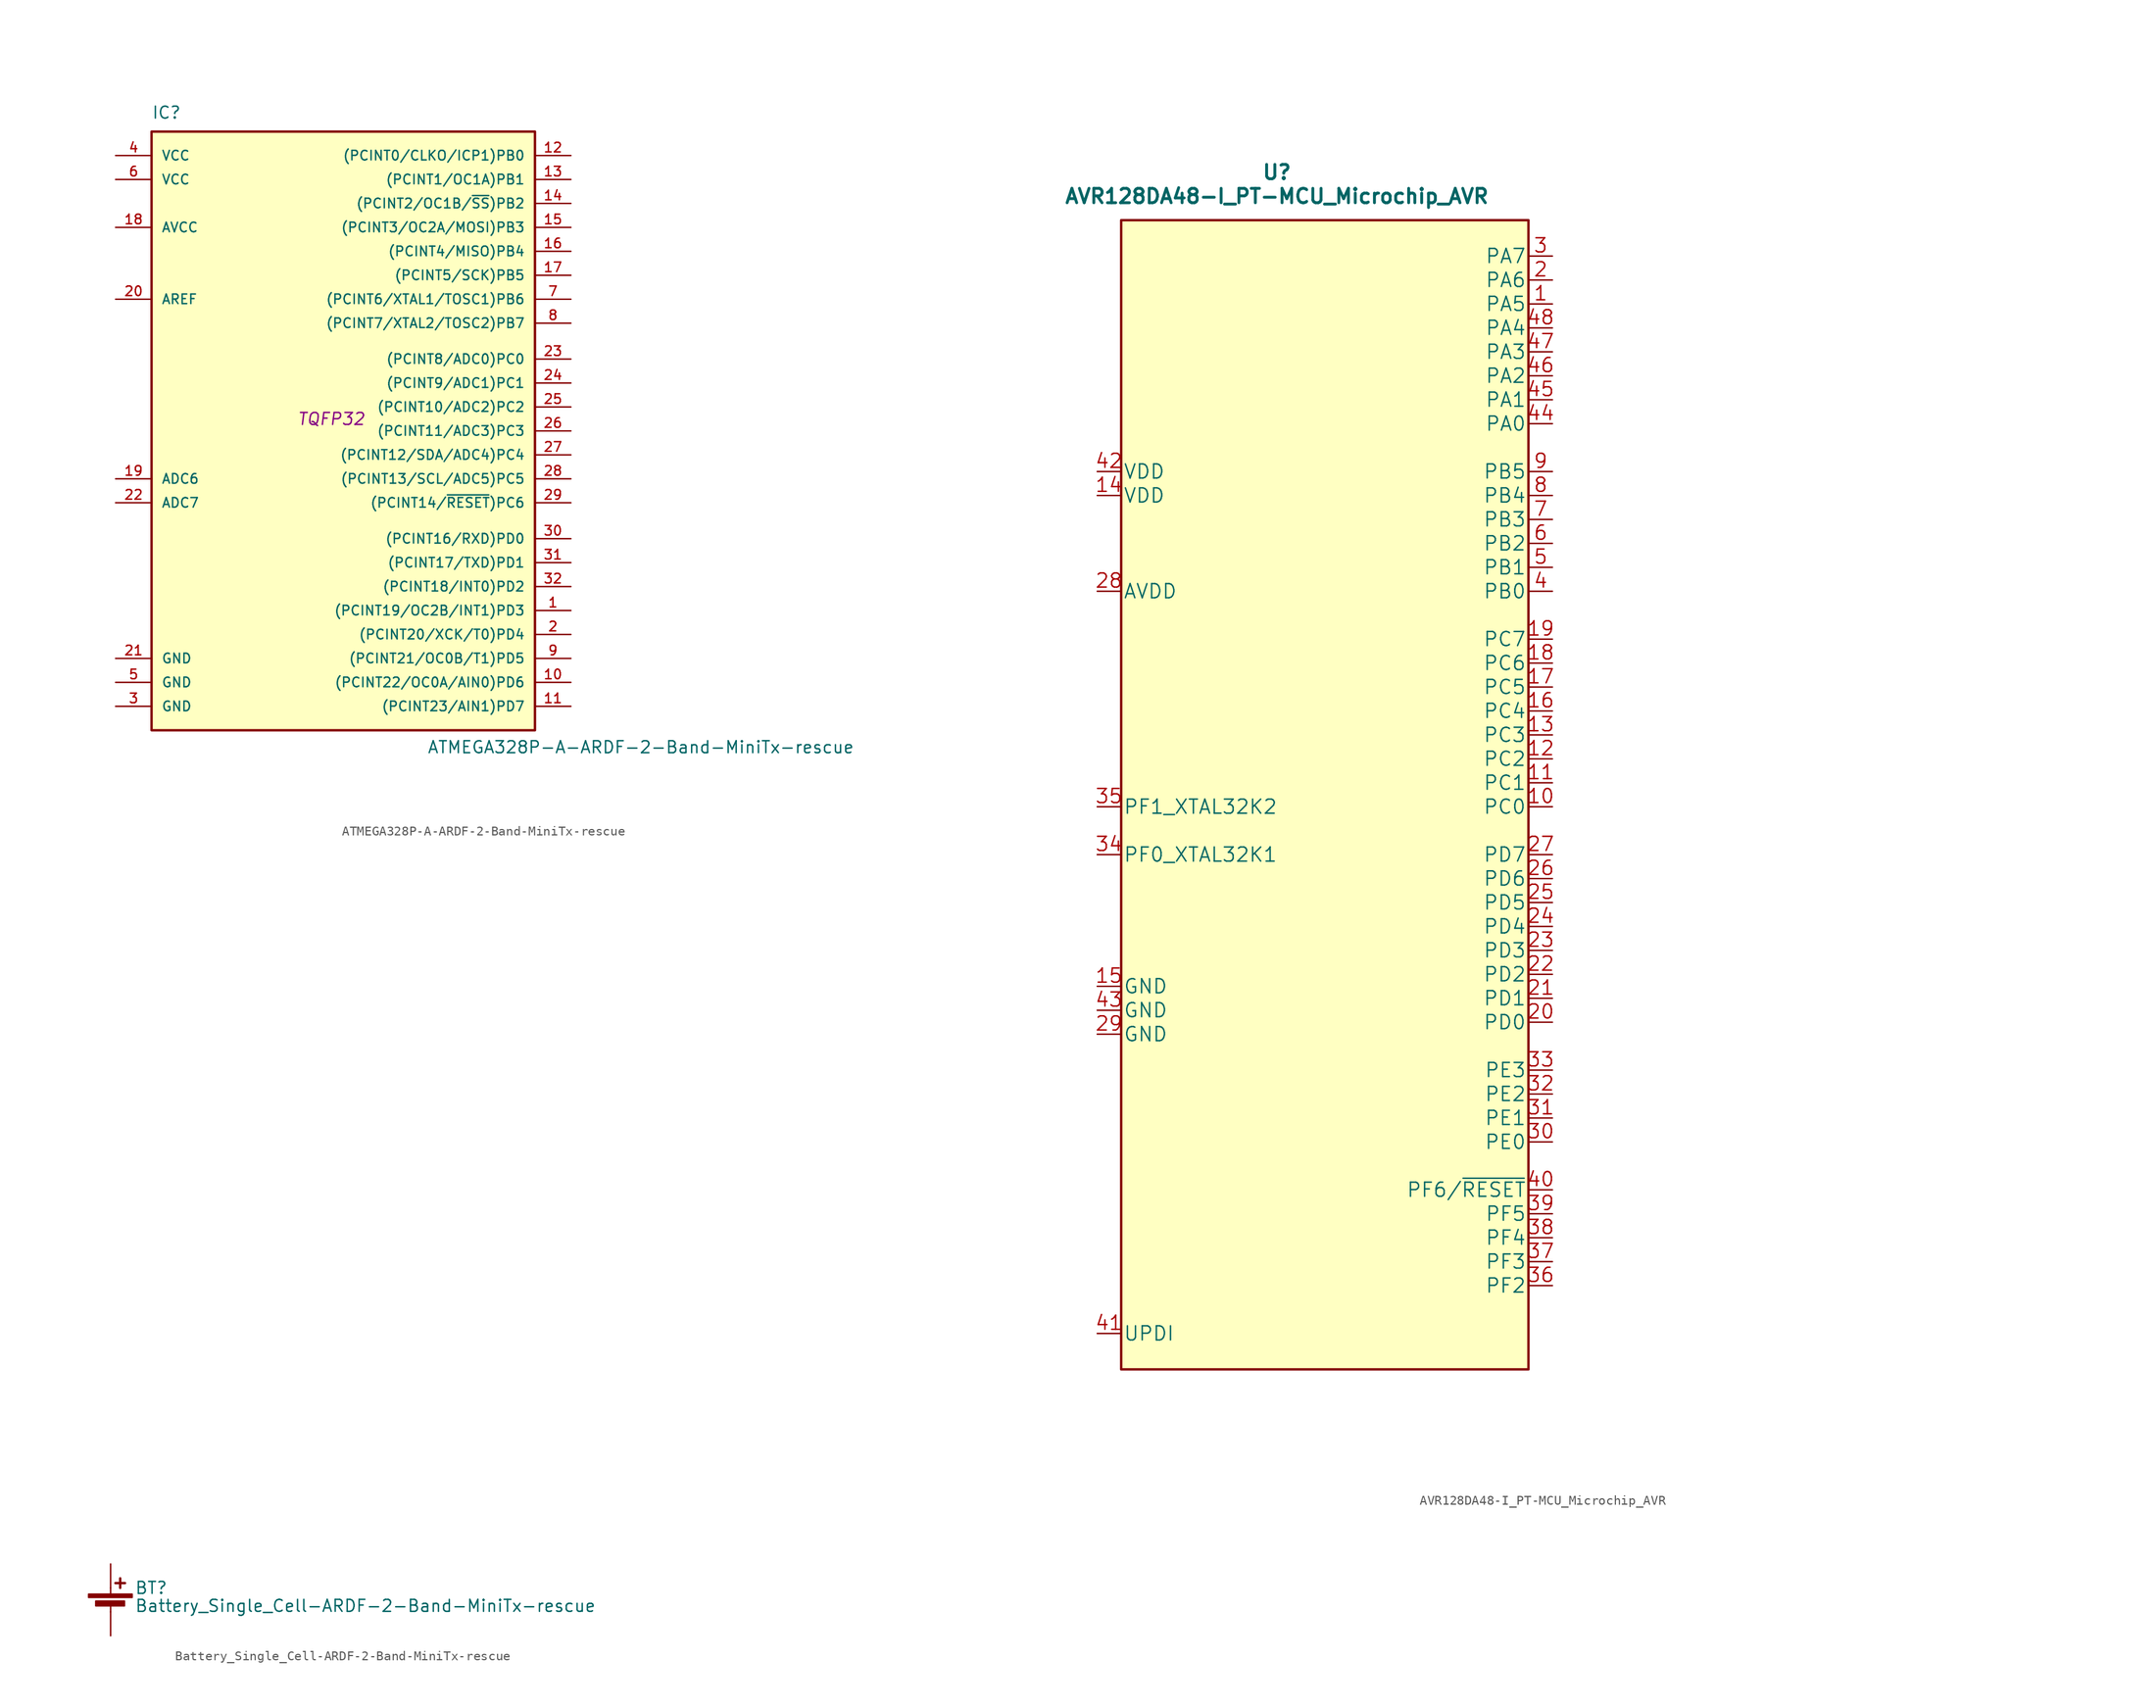
<source format=kicad_sym>
(kicad_symbol_lib
  (version 20211014)
  (generator kicad_symbol_editor)
  (symbol "ATMEGA328P-A-ARDF-2-Band-MiniTx-rescue"
    (pin_names
      (offset 1.016))
    (property "Reference" "IC"
      (at -19.05 31.75 0)
      (effects (font (size 1.27 1.27)) (justify left bottom)))
    (property "Value" "ATMEGA328P-A-ARDF-2-Band-MiniTx-rescue"
      (at 10.16 -35.56 0)
      (effects (font (size 1.27 1.27)) (justify left bottom)))
    (property "Footprint" "TQFP32"
      (at 0 0 0)
      (effects (font (size 1.27 1.27) italic)))
    (property "Datasheet" ""
      (at 0 0 0)
      (effects (font (size 1.27 1.27))))
    (symbol "ATMEGA328P-A-ARDF-2-Band-MiniTx-rescue_0_1"
      (rectangle (start -19.05 30.48) (end 21.59 -33.02) (stroke (width 0.254) (type default) (color 0 0 0 0)) (fill (type background))))
    (symbol "ATMEGA328P-A-ARDF-2-Band-MiniTx-rescue_1_1"
      (pin bidirectional line (at 25.4 -20.32 180) (length 3.81) (name "(PCINT19/OC2B/INT1)PD3" (effects (font (size 1.016 1.016)))) (number "1" (effects (font (size 1.016 1.016)))))
      (pin bidirectional line (at 25.4 -27.94 180) (length 3.81) (name "(PCINT22/OC0A/AIN0)PD6" (effects (font (size 1.016 1.016)))) (number "10" (effects (font (size 1.016 1.016)))))
      (pin bidirectional line (at 25.4 -30.48 180) (length 3.81) (name "(PCINT23/AIN1)PD7" (effects (font (size 1.016 1.016)))) (number "11" (effects (font (size 1.016 1.016)))))
      (pin bidirectional line (at 25.4 27.94 180) (length 3.81) (name "(PCINT0/CLKO/ICP1)PB0" (effects (font (size 1.016 1.016)))) (number "12" (effects (font (size 1.016 1.016)))))
      (pin bidirectional line (at 25.4 25.4 180) (length 3.81) (name "(PCINT1/OC1A)PB1" (effects (font (size 1.016 1.016)))) (number "13" (effects (font (size 1.016 1.016)))))
      (pin bidirectional line (at 25.4 22.86 180) (length 3.81) (name "(PCINT2/OC1B/~{SS})PB2" (effects (font (size 1.016 1.016)))) (number "14" (effects (font (size 1.016 1.016)))))
      (pin bidirectional line (at 25.4 20.32 180) (length 3.81) (name "(PCINT3/OC2A/MOSI)PB3" (effects (font (size 1.016 1.016)))) (number "15" (effects (font (size 1.016 1.016)))))
      (pin bidirectional line (at 25.4 17.78 180) (length 3.81) (name "(PCINT4/MISO)PB4" (effects (font (size 1.016 1.016)))) (number "16" (effects (font (size 1.016 1.016)))))
      (pin bidirectional line (at 25.4 15.24 180) (length 3.81) (name "(PCINT5/SCK)PB5" (effects (font (size 1.016 1.016)))) (number "17" (effects (font (size 1.016 1.016)))))
      (pin power_in line (at -22.86 20.32 0) (length 3.81) (name "AVCC" (effects (font (size 1.016 1.016)))) (number "18" (effects (font (size 1.016 1.016)))))
      (pin input line (at -22.86 -6.35 0) (length 3.81) (name "ADC6" (effects (font (size 1.016 1.016)))) (number "19" (effects (font (size 1.016 1.016)))))
      (pin bidirectional line (at 25.4 -22.86 180) (length 3.81) (name "(PCINT20/XCK/T0)PD4" (effects (font (size 1.016 1.016)))) (number "2" (effects (font (size 1.016 1.016)))))
      (pin power_in line (at -22.86 12.7 0) (length 3.81) (name "AREF" (effects (font (size 1.016 1.016)))) (number "20" (effects (font (size 1.016 1.016)))))
      (pin power_in line (at -22.86 -25.4 0) (length 3.81) (name "GND" (effects (font (size 1.016 1.016)))) (number "21" (effects (font (size 1.016 1.016)))))
      (pin input line (at -22.86 -8.89 0) (length 3.81) (name "ADC7" (effects (font (size 1.016 1.016)))) (number "22" (effects (font (size 1.016 1.016)))))
      (pin bidirectional line (at 25.4 6.35 180) (length 3.81) (name "(PCINT8/ADC0)PC0" (effects (font (size 1.016 1.016)))) (number "23" (effects (font (size 1.016 1.016)))))
      (pin bidirectional line (at 25.4 3.81 180) (length 3.81) (name "(PCINT9/ADC1)PC1" (effects (font (size 1.016 1.016)))) (number "24" (effects (font (size 1.016 1.016)))))
      (pin bidirectional line (at 25.4 1.27 180) (length 3.81) (name "(PCINT10/ADC2)PC2" (effects (font (size 1.016 1.016)))) (number "25" (effects (font (size 1.016 1.016)))))
      (pin bidirectional line (at 25.4 -1.27 180) (length 3.81) (name "(PCINT11/ADC3)PC3" (effects (font (size 1.016 1.016)))) (number "26" (effects (font (size 1.016 1.016)))))
      (pin bidirectional line (at 25.4 -3.81 180) (length 3.81) (name "(PCINT12/SDA/ADC4)PC4" (effects (font (size 1.016 1.016)))) (number "27" (effects (font (size 1.016 1.016)))))
      (pin bidirectional line (at 25.4 -6.35 180) (length 3.81) (name "(PCINT13/SCL/ADC5)PC5" (effects (font (size 1.016 1.016)))) (number "28" (effects (font (size 1.016 1.016)))))
      (pin bidirectional line (at 25.4 -8.89 180) (length 3.81) (name "(PCINT14/~{RESET})PC6" (effects (font (size 1.016 1.016)))) (number "29" (effects (font (size 1.016 1.016)))))
      (pin power_in line (at -22.86 -30.48 0) (length 3.81) (name "GND" (effects (font (size 1.016 1.016)))) (number "3" (effects (font (size 1.016 1.016)))))
      (pin bidirectional line (at 25.4 -12.7 180) (length 3.81) (name "(PCINT16/RXD)PD0" (effects (font (size 1.016 1.016)))) (number "30" (effects (font (size 1.016 1.016)))))
      (pin bidirectional line (at 25.4 -15.24 180) (length 3.81) (name "(PCINT17/TXD)PD1" (effects (font (size 1.016 1.016)))) (number "31" (effects (font (size 1.016 1.016)))))
      (pin bidirectional line (at 25.4 -17.78 180) (length 3.81) (name "(PCINT18/INT0)PD2" (effects (font (size 1.016 1.016)))) (number "32" (effects (font (size 1.016 1.016)))))
      (pin power_in line (at -22.86 27.94 0) (length 3.81) (name "VCC" (effects (font (size 1.016 1.016)))) (number "4" (effects (font (size 1.016 1.016)))))
      (pin power_in line (at -22.86 -27.94 0) (length 3.81) (name "GND" (effects (font (size 1.016 1.016)))) (number "5" (effects (font (size 1.016 1.016)))))
      (pin power_in line (at -22.86 25.4 0) (length 3.81) (name "VCC" (effects (font (size 1.016 1.016)))) (number "6" (effects (font (size 1.016 1.016)))))
      (pin bidirectional line (at 25.4 12.7 180) (length 3.81) (name "(PCINT6/XTAL1/TOSC1)PB6" (effects (font (size 1.016 1.016)))) (number "7" (effects (font (size 1.016 1.016)))))
      (pin bidirectional line (at 25.4 10.16 180) (length 3.81) (name "(PCINT7/XTAL2/TOSC2)PB7" (effects (font (size 1.016 1.016)))) (number "8" (effects (font (size 1.016 1.016)))))
      (pin bidirectional line (at 25.4 -25.4 180) (length 3.81) (name "(PCINT21/OC0B/T1)PD5" (effects (font (size 1.016 1.016)))) (number "9" (effects (font (size 1.016 1.016)))))))
  (symbol "AVR128DA48-I_PT-MCU_Microchip_AVR"
    (pin_names
      (offset 0.254))
    (property "Reference" "U"
      (at 30.48 10.16 0)
      (effects (font (size 1.524 1.524) bold)))
    (property "Value" "AVR128DA48-I_PT-MCU_Microchip_AVR"
      (at 30.48 7.62 0)
      (effects (font (size 1.524 1.524) bold)))
    (property "Datasheet" ""
      (at 109.22 -1.27 0)
      (effects (font (size 1.524 1.524))))
    (property "ki_locked" ""
      (at 0 0 0)
      (effects (font (size 1.27 1.27))))
    (symbol "AVR128DA48-I_PT-MCU_Microchip_AVR_1_1"
      (rectangle (start 13.97 5.08) (end 57.15 -116.84) (stroke (width 0.254) (type default) (color 0 0 0 0)) (fill (type background)))
      (pin bidirectional line (at 59.69 -3.81 180) (length 2.489) (name "PA5" (effects (font (size 1.499 1.499)))) (number "1" (effects (font (size 1.499 1.499)))))
      (pin bidirectional line (at 59.69 -57.15 180) (length 2.489) (name "PC0" (effects (font (size 1.499 1.499)))) (number "10" (effects (font (size 1.499 1.499)))))
      (pin bidirectional line (at 59.69 -54.61 180) (length 2.489) (name "PC1" (effects (font (size 1.499 1.499)))) (number "11" (effects (font (size 1.499 1.499)))))
      (pin bidirectional line (at 59.69 -52.07 180) (length 2.489) (name "PC2" (effects (font (size 1.499 1.499)))) (number "12" (effects (font (size 1.499 1.499)))))
      (pin bidirectional line (at 59.69 -49.53 180) (length 2.489) (name "PC3" (effects (font (size 1.499 1.499)))) (number "13" (effects (font (size 1.499 1.499)))))
      (pin power_in line (at 11.43 -24.13 0) (length 2.489) (name "VDD" (effects (font (size 1.499 1.499)))) (number "14" (effects (font (size 1.499 1.499)))))
      (pin power_in line (at 11.43 -76.2 0) (length 2.489) (name "GND" (effects (font (size 1.499 1.499)))) (number "15" (effects (font (size 1.499 1.499)))))
      (pin bidirectional line (at 59.69 -46.99 180) (length 2.489) (name "PC4" (effects (font (size 1.499 1.499)))) (number "16" (effects (font (size 1.499 1.499)))))
      (pin bidirectional line (at 59.69 -44.45 180) (length 2.489) (name "PC5" (effects (font (size 1.499 1.499)))) (number "17" (effects (font (size 1.499 1.499)))))
      (pin bidirectional line (at 59.69 -41.91 180) (length 2.489) (name "PC6" (effects (font (size 1.499 1.499)))) (number "18" (effects (font (size 1.499 1.499)))))
      (pin bidirectional line (at 59.69 -39.37 180) (length 2.489) (name "PC7" (effects (font (size 1.499 1.499)))) (number "19" (effects (font (size 1.499 1.499)))))
      (pin bidirectional line (at 59.69 -1.27 180) (length 2.489) (name "PA6" (effects (font (size 1.499 1.499)))) (number "2" (effects (font (size 1.499 1.499)))))
      (pin bidirectional line (at 59.69 -80.01 180) (length 2.489) (name "PD0" (effects (font (size 1.499 1.499)))) (number "20" (effects (font (size 1.499 1.499)))))
      (pin bidirectional line (at 59.69 -77.47 180) (length 2.489) (name "PD1" (effects (font (size 1.499 1.499)))) (number "21" (effects (font (size 1.499 1.499)))))
      (pin bidirectional line (at 59.69 -74.93 180) (length 2.489) (name "PD2" (effects (font (size 1.499 1.499)))) (number "22" (effects (font (size 1.499 1.499)))))
      (pin bidirectional line (at 59.69 -72.39 180) (length 2.489) (name "PD3" (effects (font (size 1.499 1.499)))) (number "23" (effects (font (size 1.499 1.499)))))
      (pin bidirectional line (at 59.69 -69.85 180) (length 2.489) (name "PD4" (effects (font (size 1.499 1.499)))) (number "24" (effects (font (size 1.499 1.499)))))
      (pin bidirectional line (at 59.69 -67.31 180) (length 2.489) (name "PD5" (effects (font (size 1.499 1.499)))) (number "25" (effects (font (size 1.499 1.499)))))
      (pin bidirectional line (at 59.69 -64.77 180) (length 2.489) (name "PD6" (effects (font (size 1.499 1.499)))) (number "26" (effects (font (size 1.499 1.499)))))
      (pin input line (at 59.69 -62.23 180) (length 2.489) (name "PD7" (effects (font (size 1.499 1.499)))) (number "27" (effects (font (size 1.499 1.499)))))
      (pin power_in line (at 11.43 -34.29 0) (length 2.489) (name "AVDD" (effects (font (size 1.499 1.499)))) (number "28" (effects (font (size 1.499 1.499)))))
      (pin power_in line (at 11.43 -81.28 0) (length 2.489) (name "GND" (effects (font (size 1.499 1.499)))) (number "29" (effects (font (size 1.499 1.499)))))
      (pin bidirectional line (at 59.69 1.27 180) (length 2.489) (name "PA7" (effects (font (size 1.499 1.499)))) (number "3" (effects (font (size 1.499 1.499)))))
      (pin bidirectional line (at 59.69 -92.71 180) (length 2.489) (name "PE0" (effects (font (size 1.499 1.499)))) (number "30" (effects (font (size 1.499 1.499)))))
      (pin bidirectional line (at 59.69 -90.17 180) (length 2.489) (name "PE1" (effects (font (size 1.499 1.499)))) (number "31" (effects (font (size 1.499 1.499)))))
      (pin bidirectional line (at 59.69 -87.63 180) (length 2.489) (name "PE2" (effects (font (size 1.499 1.499)))) (number "32" (effects (font (size 1.499 1.499)))))
      (pin bidirectional line (at 59.69 -85.09 180) (length 2.489) (name "PE3" (effects (font (size 1.499 1.499)))) (number "33" (effects (font (size 1.499 1.499)))))
      (pin bidirectional line (at 11.43 -62.23 0) (length 2.489) (name "PF0_XTAL32K1" (effects (font (size 1.499 1.499)))) (number "34" (effects (font (size 1.499 1.499)))))
      (pin bidirectional line (at 11.43 -57.15 0) (length 2.489) (name "PF1_XTAL32K2" (effects (font (size 1.499 1.499)))) (number "35" (effects (font (size 1.499 1.499)))))
      (pin bidirectional line (at 59.69 -107.95 180) (length 2.489) (name "PF2" (effects (font (size 1.499 1.499)))) (number "36" (effects (font (size 1.499 1.499)))))
      (pin bidirectional line (at 59.69 -105.41 180) (length 2.489) (name "PF3" (effects (font (size 1.499 1.499)))) (number "37" (effects (font (size 1.499 1.499)))))
      (pin bidirectional line (at 59.69 -102.87 180) (length 2.489) (name "PF4" (effects (font (size 1.499 1.499)))) (number "38" (effects (font (size 1.499 1.499)))))
      (pin bidirectional line (at 59.69 -100.33 180) (length 2.489) (name "PF5" (effects (font (size 1.499 1.499)))) (number "39" (effects (font (size 1.499 1.499)))))
      (pin bidirectional line (at 59.69 -34.29 180) (length 2.489) (name "PB0" (effects (font (size 1.499 1.499)))) (number "4" (effects (font (size 1.499 1.499)))))
      (pin input line (at 59.69 -97.79 180) (length 2.489) (name "PF6/~{RESET}" (effects (font (size 1.499 1.499)))) (number "40" (effects (font (size 1.499 1.499)))))
      (pin bidirectional line (at 11.43 -113.03 0) (length 2.489) (name "UPDI" (effects (font (size 1.499 1.499)))) (number "41" (effects (font (size 1.499 1.499)))))
      (pin power_in line (at 11.43 -21.59 0) (length 2.489) (name "VDD" (effects (font (size 1.499 1.499)))) (number "42" (effects (font (size 1.499 1.499)))))
      (pin power_in line (at 11.43 -78.74 0) (length 2.489) (name "GND" (effects (font (size 1.499 1.499)))) (number "43" (effects (font (size 1.499 1.499)))))
      (pin bidirectional line (at 59.69 -16.51 180) (length 2.489) (name "PA0" (effects (font (size 1.499 1.499)))) (number "44" (effects (font (size 1.499 1.499)))))
      (pin bidirectional line (at 59.69 -13.97 180) (length 2.489) (name "PA1" (effects (font (size 1.499 1.499)))) (number "45" (effects (font (size 1.499 1.499)))))
      (pin bidirectional line (at 59.69 -11.43 180) (length 2.489) (name "PA2" (effects (font (size 1.499 1.499)))) (number "46" (effects (font (size 1.499 1.499)))))
      (pin bidirectional line (at 59.69 -8.89 180) (length 2.489) (name "PA3" (effects (font (size 1.499 1.499)))) (number "47" (effects (font (size 1.499 1.499)))))
      (pin bidirectional line (at 59.69 -6.35 180) (length 2.489) (name "PA4" (effects (font (size 1.499 1.499)))) (number "48" (effects (font (size 1.499 1.499)))))
      (pin bidirectional line (at 59.69 -31.75 180) (length 2.489) (name "PB1" (effects (font (size 1.499 1.499)))) (number "5" (effects (font (size 1.499 1.499)))))
      (pin bidirectional line (at 59.69 -29.21 180) (length 2.489) (name "PB2" (effects (font (size 1.499 1.499)))) (number "6" (effects (font (size 1.499 1.499)))))
      (pin bidirectional line (at 59.69 -26.67 180) (length 2.489) (name "PB3" (effects (font (size 1.499 1.499)))) (number "7" (effects (font (size 1.499 1.499)))))
      (pin bidirectional line (at 59.69 -24.13 180) (length 2.489) (name "PB4" (effects (font (size 1.499 1.499)))) (number "8" (effects (font (size 1.499 1.499)))))
      (pin bidirectional line (at 59.69 -21.59 180) (length 2.489) (name "PB5" (effects (font (size 1.499 1.499)))) (number "9" (effects (font (size 1.499 1.499)))))))
  (symbol "Battery_Single_Cell-ARDF-2-Band-MiniTx-rescue"
    (pin_numbers hide)
    (pin_names
      (offset 0))
    (property "Reference" "BT"
      (at 2.54 1.27 0)
      (effects (font (size 1.27 1.27)) (justify left)))
    (property "Value" "Battery_Single_Cell-ARDF-2-Band-MiniTx-rescue"
      (at 2.54 -0.635 0)
      (effects (font (size 1.27 1.27)) (justify left)))
    (property "Footprint" ""
      (at 0 1.016 90)
      (effects (font (size 1.27 1.27))))
    (property "Datasheet" ""
      (at 0 1.016 90)
      (effects (font (size 1.27 1.27))))
    (symbol "Battery_Single_Cell-ARDF-2-Band-MiniTx-rescue_0_1"
      (rectangle (start -2.337 0.61) (end 2.286 0.254) (stroke (width 0) (type default) (color 0 0 0 0)) (fill (type outline)))
      (rectangle (start -1.575 -0.127) (end 1.473 -0.635) (stroke (width 0) (type default) (color 0 0 0 0)) (fill (type outline)))
      (polyline (pts (xy 0 -1.27) (xy 0 -0.508)) (stroke (width 0) (type default) (color 0 0 0 0)) (fill (type none)))
      (polyline (pts (xy 0 1.27) (xy 0 0.635)) (stroke (width 0) (type default) (color 0 0 0 0)) (fill (type none)))
      (polyline (pts (xy 0.508 1.778) (xy 1.524 1.778)) (stroke (width 0.254) (type default) (color 0 0 0 0)) (fill (type none)))
      (polyline (pts (xy 1.016 2.286) (xy 1.016 1.27)) (stroke (width 0.254) (type default) (color 0 0 0 0)) (fill (type none))))
    (symbol "Battery_Single_Cell-ARDF-2-Band-MiniTx-rescue_1_1"
      (pin passive line (at 0 3.81 270) (length 2.54) (name "~" (effects (font (size 1.27 1.27)))) (number "1" (effects (font (size 1.27 1.27)))))
      (pin passive line (at 0 -3.81 90) (length 2.54) (name "~" (effects (font (size 1.27 1.27)))) (number "2" (effects (font (size 1.27 1.27))))))))
</source>
